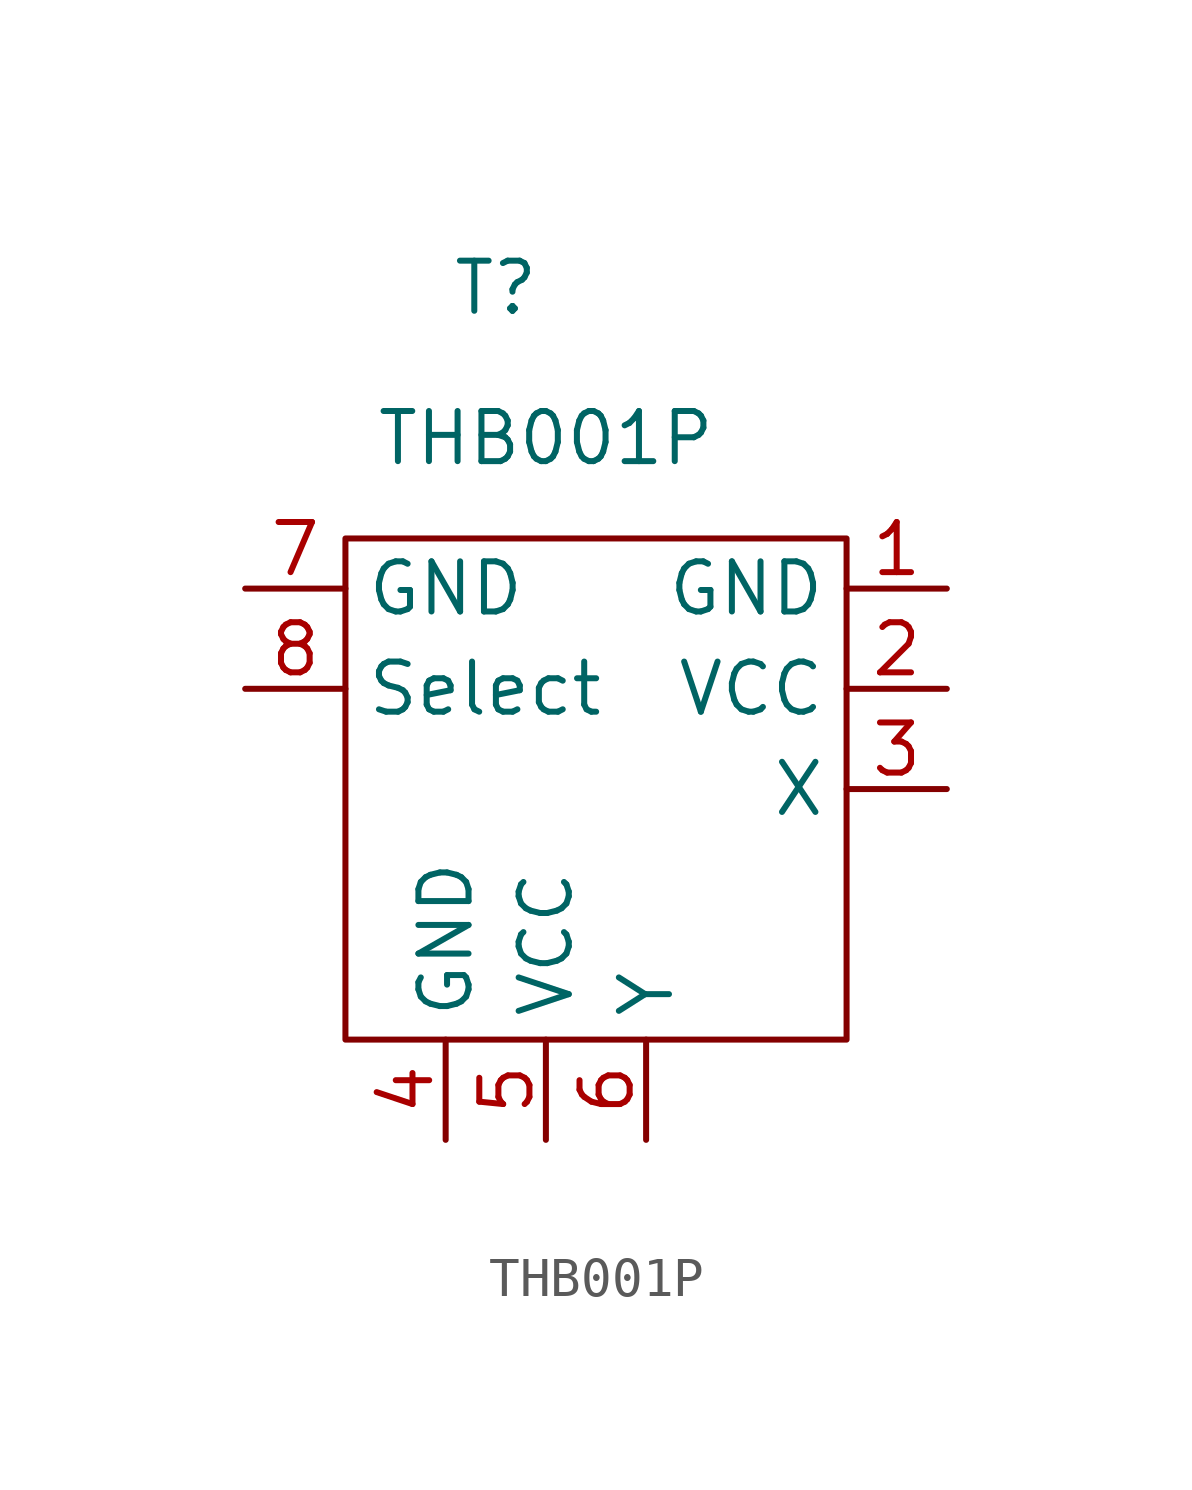
<source format=kicad_sym>
(kicad_symbol_lib
  (version 20211014)
  (generator kicad_symbol_editor)
  (symbol "THB001P"
    (property "Reference" "T"
      (at 3.81 6.35 0)
      (effects (font (size 1.27 1.27))))
    (property "Value" "THB001P"
      (at 5.08 2.54 0)
      (effects (font (size 1.27 1.27))))
    (symbol "THB001P_0_1"
      (rectangle (start 0 0) (end 12.7 -12.7) (stroke (width 0) (type default) (color 0 0 0 0)) (fill (type none))))
    (symbol "THB001P_1_1"
      (pin passive line (at 15.24 -1.27 180) (length 2.54) (name "GND" (effects (font (size 1.27 1.27)))) (number "1" (effects (font (size 1.27 1.27)))))
      (pin power_in line (at 15.24 -3.81 180) (length 2.54) (name "VCC" (effects (font (size 1.27 1.27)))) (number "2" (effects (font (size 1.27 1.27)))))
      (pin passive line (at 15.24 -6.35 180) (length 2.54) (name "X" (effects (font (size 1.27 1.27)))) (number "3" (effects (font (size 1.27 1.27)))))
      (pin passive line (at 2.54 -15.24 90) (length 2.54) (name "GND" (effects (font (size 1.27 1.27)))) (number "4" (effects (font (size 1.27 1.27)))))
      (pin power_in line (at 5.08 -15.24 90) (length 2.54) (name "VCC" (effects (font (size 1.27 1.27)))) (number "5" (effects (font (size 1.27 1.27)))))
      (pin passive line (at 7.62 -15.24 90) (length 2.54) (name "Y" (effects (font (size 1.27 1.27)))) (number "6" (effects (font (size 1.27 1.27)))))
      (pin passive line (at -2.54 -1.27 0) (length 2.54) (name "GND" (effects (font (size 1.27 1.27)))) (number "7" (effects (font (size 1.27 1.27)))))
      (pin passive line (at -2.54 -3.81 0) (length 2.54) (name "Select" (effects (font (size 1.27 1.27)))) (number "8" (effects (font (size 1.27 1.27))))))))
</source>
